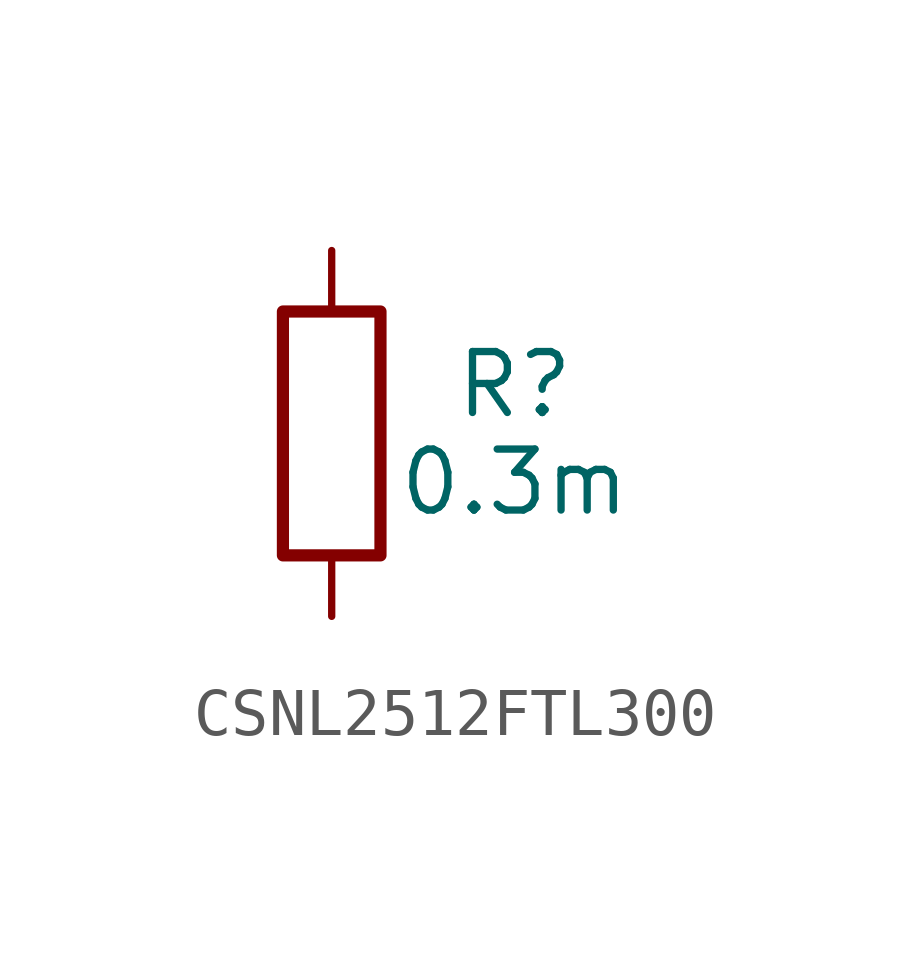
<source format=kicad_sym>
(kicad_symbol_lib
  (version 20241209)
  (generator "kicad_symbol_editor")
  (generator_version "9.0")
  (symbol "CSNL2512FTL300"
    (property "Reference" "R"
      (at 3.81 1.016 0)
      (effects (font (size 1.27 1.27))))
    (property "Value" "0.3m"
      (at 3.81 -1.016 0)
      (effects (font (size 1.27 1.27))))
    (symbol "CSNL2512FTL300_0_1"
      (rectangle (start -1.016 2.54) (end 1.016 -2.54) (stroke (width 0.254) (type default)) (fill (type none))))
    (symbol "CSNL2512FTL300_1_1"
      (pin passive line (at 0 3.81 270) (length 1.27) (name "~" (effects (font (size 1.27 1.27)))) (number "1" (effects (font (size 0 0)))))
      (pin passive line (at 0 -3.81 90) (length 1.27) (name "~" (effects (font (size 1.27 1.27)))) (number "2" (effects (font (size 0 0))))))))
</source>
